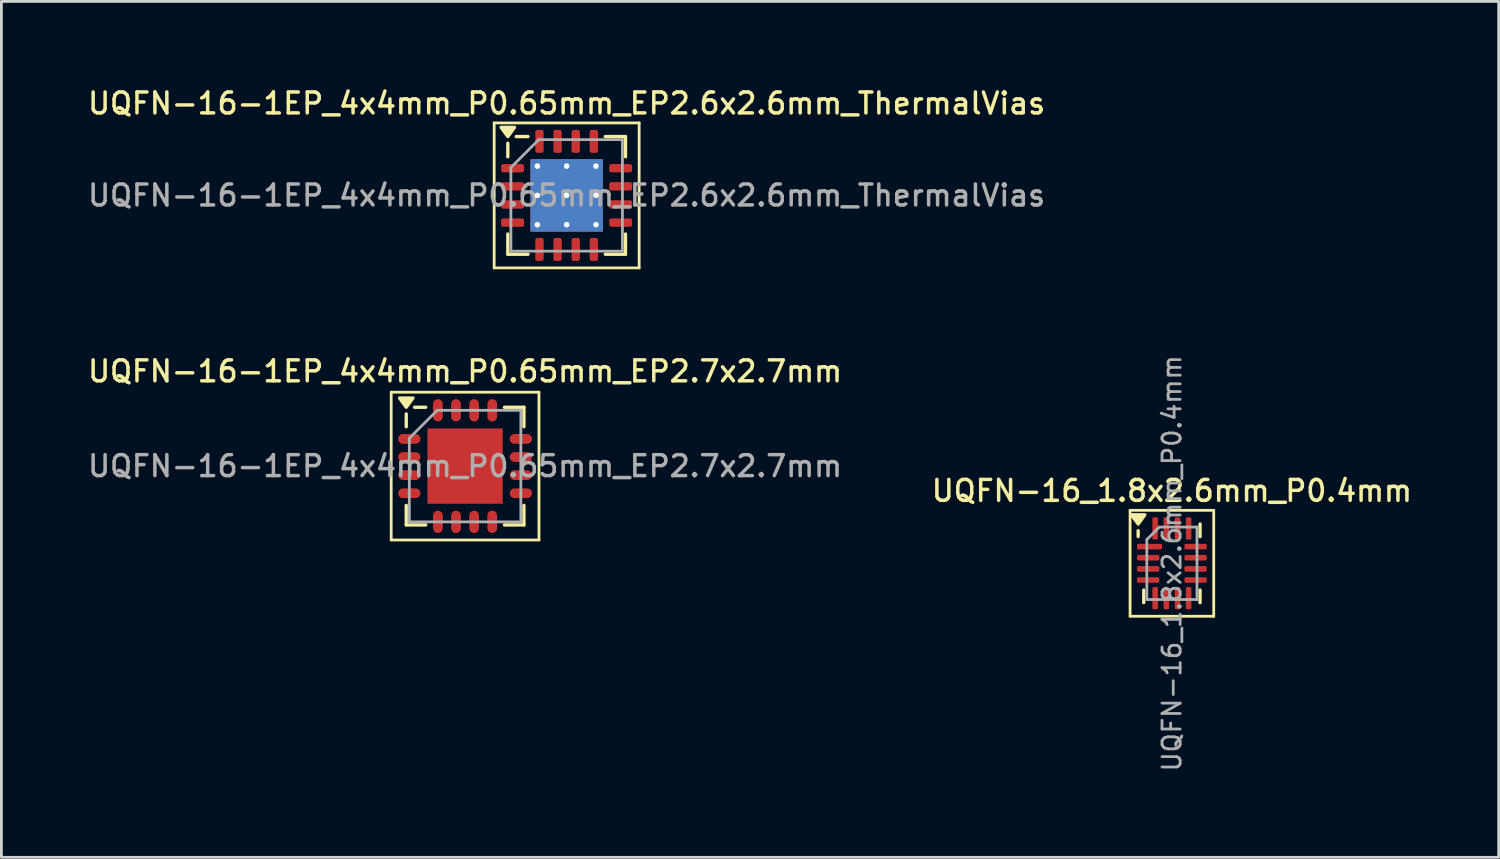
<source format=kicad_pcb>
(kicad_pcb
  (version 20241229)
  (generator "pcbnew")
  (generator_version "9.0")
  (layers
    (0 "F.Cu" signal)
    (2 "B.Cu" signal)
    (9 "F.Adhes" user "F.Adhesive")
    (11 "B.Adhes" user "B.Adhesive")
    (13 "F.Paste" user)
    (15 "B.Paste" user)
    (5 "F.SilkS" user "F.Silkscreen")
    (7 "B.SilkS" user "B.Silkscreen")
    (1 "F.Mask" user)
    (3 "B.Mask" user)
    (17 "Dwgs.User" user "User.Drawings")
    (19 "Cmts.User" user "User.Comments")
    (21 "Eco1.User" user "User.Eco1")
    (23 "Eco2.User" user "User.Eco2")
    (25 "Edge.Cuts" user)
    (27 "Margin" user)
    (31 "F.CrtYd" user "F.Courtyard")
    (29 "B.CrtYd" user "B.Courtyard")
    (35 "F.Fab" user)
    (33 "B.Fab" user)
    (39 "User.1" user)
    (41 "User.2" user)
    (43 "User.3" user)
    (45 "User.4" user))
  (footprint "UQFN-16-1EP_4x4mm_P0.65mm_EP2.6x2.6mm_ThermalVias"
    (layer "F.Cu")
    (at 17.273 3.958)
    (property "Reference" "UQFN-16-1EP_4x4mm_P0.65mm_EP2.6x2.6mm_ThermalVias" (at 0 -3.3 0) (layer "F.SilkS") (effects (font (size 0.75 0.75) (thickness 0.125))))
    (attr smd)
    (fp_line (start -2.6 -2.6) (end -2.6 2.6) (stroke (width 0.1) (type solid)) (layer "F.SilkS"))
    (fp_line (start -2.6 2.6) (end 2.6 2.6) (stroke (width 0.1) (type solid)) (layer "F.SilkS"))
    (fp_line (start -2.11 -1.385) (end -2.11 -1.87) (stroke (width 0.12) (type solid)) (layer "F.SilkS"))
    (fp_line (start -2.11 2.11) (end -2.11 1.385) (stroke (width 0.12) (type solid)) (layer "F.SilkS"))
    (fp_line (start -1.385 -2.11) (end -1.81 -2.11) (stroke (width 0.12) (type solid)) (layer "F.SilkS"))
    (fp_line (start -1.385 2.11) (end -2.11 2.11) (stroke (width 0.12) (type solid)) (layer "F.SilkS"))
    (fp_line (start 1.385 -2.11) (end 2.11 -2.11) (stroke (width 0.12) (type solid)) (layer "F.SilkS"))
    (fp_line (start 1.385 2.11) (end 2.11 2.11) (stroke (width 0.12) (type solid)) (layer "F.SilkS"))
    (fp_line (start 2.11 -2.11) (end 2.11 -1.385) (stroke (width 0.12) (type solid)) (layer "F.SilkS"))
    (fp_line (start 2.11 2.11) (end 2.11 1.385) (stroke (width 0.12) (type solid)) (layer "F.SilkS"))
    (fp_line (start 2.6 -2.6) (end -2.6 -2.6) (stroke (width 0.1) (type solid)) (layer "F.SilkS"))
    (fp_line (start 2.6 2.6) (end 2.6 -2.6) (stroke (width 0.1) (type solid)) (layer "F.SilkS"))
    (fp_poly (pts (xy -2.11 -2.11) (xy -2.35 -2.44) (xy -1.87 -2.44) (xy -2.11 -2.11)) (stroke (width 0.12) (type solid)) (fill yes) (layer "F.SilkS"))
    (fp_line (start -2 -1) (end -1 -2) (stroke (width 0.1) (type solid)) (layer "F.Fab"))
    (fp_line (start -2 2) (end -2 -1) (stroke (width 0.1) (type solid)) (layer "F.Fab"))
    (fp_line (start -1 -2) (end 2 -2) (stroke (width 0.1) (type solid)) (layer "F.Fab"))
    (fp_line (start 2 -2) (end 2 2) (stroke (width 0.1) (type solid)) (layer "F.Fab"))
    (fp_line (start 2 2) (end -2 2) (stroke (width 0.1) (type solid)) (layer "F.Fab"))
    (fp_text user "${REFERENCE}" (at 0 0 0) (layer "F.Fab") (effects (font (size 0.75 0.75) (thickness 0.125))))
    (pad "" smd roundrect (at -0.65 -0.65) (size 1.13 1.13) (layers "F.Paste") (roundrect_rratio 0.221))
    (pad "" smd roundrect (at -0.65 0.65) (size 1.13 1.13) (layers "F.Paste") (roundrect_rratio 0.221))
    (pad "" smd roundrect (at 0.65 -0.65) (size 1.13 1.13) (layers "F.Paste") (roundrect_rratio 0.221))
    (pad "" smd roundrect (at 0.65 0.65) (size 1.13 1.13) (layers "F.Paste") (roundrect_rratio 0.221))
    (pad "1" smd roundrect (at -1.938 -0.975) (size 0.825 0.3) (layers "F.Cu" "F.Mask" "F.Paste") (roundrect_rratio 0.25))
    (pad "2" smd roundrect (at -1.938 -0.325) (size 0.825 0.3) (layers "F.Cu" "F.Mask" "F.Paste") (roundrect_rratio 0.25))
    (pad "3" smd roundrect (at -1.938 0.325) (size 0.825 0.3) (layers "F.Cu" "F.Mask" "F.Paste") (roundrect_rratio 0.25))
    (pad "4" smd roundrect (at -1.938 0.975) (size 0.825 0.3) (layers "F.Cu" "F.Mask" "F.Paste") (roundrect_rratio 0.25))
    (pad "5" smd roundrect (at -0.975 1.938) (size 0.3 0.825) (layers "F.Cu" "F.Mask" "F.Paste") (roundrect_rratio 0.25))
    (pad "6" smd roundrect (at -0.325 1.938) (size 0.3 0.825) (layers "F.Cu" "F.Mask" "F.Paste") (roundrect_rratio 0.25))
    (pad "7" smd roundrect (at 0.325 1.938) (size 0.3 0.825) (layers "F.Cu" "F.Mask" "F.Paste") (roundrect_rratio 0.25))
    (pad "8" smd roundrect (at 0.975 1.938) (size 0.3 0.825) (layers "F.Cu" "F.Mask" "F.Paste") (roundrect_rratio 0.25))
    (pad "9" smd roundrect (at 1.938 0.975) (size 0.825 0.3) (layers "F.Cu" "F.Mask" "F.Paste") (roundrect_rratio 0.25))
    (pad "10" smd roundrect (at 1.938 0.325) (size 0.825 0.3) (layers "F.Cu" "F.Mask" "F.Paste") (roundrect_rratio 0.25))
    (pad "11" smd roundrect (at 1.938 -0.325) (size 0.825 0.3) (layers "F.Cu" "F.Mask" "F.Paste") (roundrect_rratio 0.25))
    (pad "12" smd roundrect (at 1.938 -0.975) (size 0.825 0.3) (layers "F.Cu" "F.Mask" "F.Paste") (roundrect_rratio 0.25))
    (pad "13" smd roundrect (at 0.975 -1.938) (size 0.3 0.825) (layers "F.Cu" "F.Mask" "F.Paste") (roundrect_rratio 0.25))
    (pad "14" smd roundrect (at 0.325 -1.938) (size 0.3 0.825) (layers "F.Cu" "F.Mask" "F.Paste") (roundrect_rratio 0.25))
    (pad "15" smd roundrect (at -0.325 -1.938) (size 0.3 0.825) (layers "F.Cu" "F.Mask" "F.Paste") (roundrect_rratio 0.25))
    (pad "16" smd roundrect (at -0.975 -1.938) (size 0.3 0.825) (layers "F.Cu" "F.Mask" "F.Paste") (roundrect_rratio 0.25))
    (pad "17" thru_hole circle (at -1.05 -1.05) (size 0.5 0.5) (drill 0.2) (property pad_prop_heatsink) (layers "*.Cu"))
    (pad "17" thru_hole circle (at -1.05 0) (size 0.5 0.5) (drill 0.2) (property pad_prop_heatsink) (layers "*.Cu"))
    (pad "17" thru_hole circle (at -1.05 1.05) (size 0.5 0.5) (drill 0.2) (property pad_prop_heatsink) (layers "*.Cu"))
    (pad "17" thru_hole circle (at 0 -1.05) (size 0.5 0.5) (drill 0.2) (property pad_prop_heatsink) (layers "*.Cu"))
    (pad "17" thru_hole circle (at 0 0) (size 0.5 0.5) (drill 0.2) (property pad_prop_heatsink) (layers "*.Cu"))
    (pad "17" smd rect (at 0 0) (size 2.6 2.6) (property pad_prop_heatsink) (layers "F.Cu" "F.Mask"))
    (pad "17" smd rect (at 0 0) (size 2.6 2.6) (property pad_prop_heatsink) (layers "B.Cu"))
    (pad "17" thru_hole circle (at 0 1.05) (size 0.5 0.5) (drill 0.2) (property pad_prop_heatsink) (layers "*.Cu"))
    (pad "17" thru_hole circle (at 1.05 -1.05) (size 0.5 0.5) (drill 0.2) (property pad_prop_heatsink) (layers "*.Cu"))
    (pad "17" thru_hole circle (at 1.05 0) (size 0.5 0.5) (drill 0.2) (property pad_prop_heatsink) (layers "*.Cu"))
    (pad "17" thru_hole circle (at 1.05 1.05) (size 0.5 0.5) (drill 0.2) (property pad_prop_heatsink) (layers "*.Cu")))
  (footprint "UQFN-16-1EP_4x4mm_P0.65mm_EP2.7x2.7mm"
    (layer "F.Cu")
    (at 13.63 13.666)
    (property "Reference" "UQFN-16-1EP_4x4mm_P0.65mm_EP2.7x2.7mm" (at 0 -3.4 0) (layer "F.SilkS") (effects (font (size 0.75 0.75) (thickness 0.125))))
    (attr smd)
    (fp_line (start -2.65 -2.65) (end -2.65 2.65) (stroke (width 0.1) (type solid)) (layer "F.SilkS"))
    (fp_line (start -2.65 -2.65) (end 2.65 -2.65) (stroke (width 0.1) (type solid)) (layer "F.SilkS"))
    (fp_line (start -2.65 2.65) (end 2.65 2.65) (stroke (width 0.1) (type solid)) (layer "F.SilkS"))
    (fp_line (start -2.11 -1.41) (end -2.11 -1.87) (stroke (width 0.12) (type solid)) (layer "F.SilkS"))
    (fp_line (start -2.11 2.11) (end -2.11 1.41) (stroke (width 0.12) (type solid)) (layer "F.SilkS"))
    (fp_line (start -1.41 -2.11) (end -1.81 -2.11) (stroke (width 0.12) (type solid)) (layer "F.SilkS"))
    (fp_line (start -1.41 2.11) (end -2.11 2.11) (stroke (width 0.12) (type solid)) (layer "F.SilkS"))
    (fp_line (start 1.41 -2.11) (end 2.11 -2.11) (stroke (width 0.12) (type solid)) (layer "F.SilkS"))
    (fp_line (start 1.41 2.11) (end 2.11 2.11) (stroke (width 0.12) (type solid)) (layer "F.SilkS"))
    (fp_line (start 2.11 -2.11) (end 2.11 -1.41) (stroke (width 0.12) (type solid)) (layer "F.SilkS"))
    (fp_line (start 2.11 2.11) (end 2.11 1.41) (stroke (width 0.12) (type solid)) (layer "F.SilkS"))
    (fp_line (start 2.65 -2.65) (end 2.65 2.65) (stroke (width 0.1) (type solid)) (layer "F.SilkS"))
    (fp_poly (pts (xy -2.11 -2.11) (xy -2.35 -2.44) (xy -1.87 -2.44) (xy -2.11 -2.11)) (stroke (width 0.12) (type solid)) (fill yes) (layer "F.SilkS"))
    (fp_line (start -2 -1) (end -1 -2) (stroke (width 0.1) (type solid)) (layer "F.Fab"))
    (fp_line (start -2 2) (end -2 -1) (stroke (width 0.1) (type solid)) (layer "F.Fab"))
    (fp_line (start -1 -2) (end 2 -2) (stroke (width 0.1) (type solid)) (layer "F.Fab"))
    (fp_line (start 2 -2) (end 2 2) (stroke (width 0.1) (type solid)) (layer "F.Fab"))
    (fp_line (start 2 2) (end -2 2) (stroke (width 0.1) (type solid)) (layer "F.Fab"))
    (fp_text user "${REFERENCE}" (at 0 0 0) (layer "F.Fab") (effects (font (size 0.75 0.75) (thickness 0.125))))
    (pad "" smd rect (at -0.675 -0.675) (size 1.09 1.09) (layers "F.Paste"))
    (pad "" smd rect (at -0.675 0.675) (size 1.09 1.09) (layers "F.Paste"))
    (pad "" smd rect (at 0.675 -0.675) (size 1.09 1.09) (layers "F.Paste"))
    (pad "" smd rect (at 0.675 0.675) (size 1.09 1.09) (layers "F.Paste"))
    (pad "1" smd oval (at -2 -0.975) (size 0.8 0.35) (layers "F.Cu" "F.Mask" "F.Paste"))
    (pad "2" smd oval (at -2 -0.325) (size 0.8 0.35) (layers "F.Cu" "F.Mask" "F.Paste"))
    (pad "3" smd oval (at -2 0.325) (size 0.8 0.35) (layers "F.Cu" "F.Mask" "F.Paste"))
    (pad "4" smd oval (at -2 0.975) (size 0.8 0.35) (layers "F.Cu" "F.Mask" "F.Paste"))
    (pad "5" smd oval (at -0.975 2 90) (size 0.8 0.35) (layers "F.Cu" "F.Mask" "F.Paste"))
    (pad "6" smd oval (at -0.325 2 90) (size 0.8 0.35) (layers "F.Cu" "F.Mask" "F.Paste"))
    (pad "7" smd oval (at 0.325 2 90) (size 0.8 0.35) (layers "F.Cu" "F.Mask" "F.Paste"))
    (pad "8" smd oval (at 0.975 2 90) (size 0.8 0.35) (layers "F.Cu" "F.Mask" "F.Paste"))
    (pad "9" smd oval (at 2 0.975) (size 0.8 0.35) (layers "F.Cu" "F.Mask" "F.Paste"))
    (pad "10" smd oval (at 2 0.325) (size 0.8 0.35) (layers "F.Cu" "F.Mask" "F.Paste"))
    (pad "11" smd oval (at 2 -0.325) (size 0.8 0.35) (layers "F.Cu" "F.Mask" "F.Paste"))
    (pad "12" smd oval (at 2 -0.975) (size 0.8 0.35) (layers "F.Cu" "F.Mask" "F.Paste"))
    (pad "13" smd oval (at 0.975 -2 90) (size 0.8 0.35) (layers "F.Cu" "F.Mask" "F.Paste"))
    (pad "14" smd oval (at 0.325 -2 90) (size 0.8 0.35) (layers "F.Cu" "F.Mask" "F.Paste"))
    (pad "15" smd oval (at -0.325 -2 90) (size 0.8 0.35) (layers "F.Cu" "F.Mask" "F.Paste"))
    (pad "16" smd oval (at -0.975 -2 90) (size 0.8 0.35) (layers "F.Cu" "F.Mask" "F.Paste"))
    (pad "17" smd rect (at 0 0) (size 2.7 2.7) (layers "F.Cu" "F.Mask")))
  (footprint "UQFN-16_1.8x2.6mm_P0.4mm"
    (layer "F.Cu")
    (at 38.98 17.153)
    (property "Reference" "UQFN-16_1.8x2.6mm_P0.4mm" (at 0 -2.6 0) (layer "F.SilkS") (effects (font (size 0.75 0.75) (thickness 0.125))))
    (attr smd)
    (fp_line (start -1.5 -1.9) (end -1.5 1.9) (stroke (width 0.1) (type solid)) (layer "F.SilkS"))
    (fp_line (start -1.5 1.9) (end 1.5 1.9) (stroke (width 0.1) (type solid)) (layer "F.SilkS"))
    (fp_line (start -1.21 -0.96) (end -1.21 -1.17) (stroke (width 0.12) (type solid)) (layer "F.SilkS"))
    (fp_line (start -1.01 1.41) (end -1.01 0.96) (stroke (width 0.12) (type solid)) (layer "F.SilkS"))
    (fp_line (start 1.01 -1.41) (end 1.01 -0.96) (stroke (width 0.12) (type solid)) (layer "F.SilkS"))
    (fp_line (start 1.01 1.41) (end 1.01 0.96) (stroke (width 0.12) (type solid)) (layer "F.SilkS"))
    (fp_line (start 1.5 -1.9) (end -1.5 -1.9) (stroke (width 0.1) (type solid)) (layer "F.SilkS"))
    (fp_line (start 1.5 1.9) (end 1.5 -1.9) (stroke (width 0.1) (type solid)) (layer "F.SilkS"))
    (fp_poly (pts (xy -1.21 -1.41) (xy -1.45 -1.74) (xy -0.97 -1.74) (xy -1.21 -1.41)) (stroke (width 0.12) (type solid)) (fill yes) (layer "F.SilkS"))
    (fp_line (start -0.9 -0.85) (end -0.45 -1.3) (stroke (width 0.1) (type solid)) (layer "F.Fab"))
    (fp_line (start -0.9 1.3) (end -0.9 -0.85) (stroke (width 0.1) (type solid)) (layer "F.Fab"))
    (fp_line (start -0.45 -1.3) (end 0.9 -1.3) (stroke (width 0.1) (type solid)) (layer "F.Fab"))
    (fp_line (start 0.9 -1.3) (end 0.9 1.3) (stroke (width 0.1) (type solid)) (layer "F.Fab"))
    (fp_line (start 0.9 1.3) (end -0.9 1.3) (stroke (width 0.1) (type solid)) (layer "F.Fab"))
    (fp_text user "${REFERENCE}" (at 0 0 90) (layer "F.Fab") (effects (font (size 0.65 0.65) (thickness 0.1))))
    (pad "1" smd roundrect (at -0.8 -0.6) (size 0.9 0.2) (layers "F.Cu" "F.Mask" "F.Paste") (roundrect_rratio 0.25))
    (pad "2" smd roundrect (at -0.85 -0.2) (size 0.8 0.2) (layers "F.Cu" "F.Mask" "F.Paste") (roundrect_rratio 0.25))
    (pad "3" smd roundrect (at -0.85 0.2) (size 0.8 0.2) (layers "F.Cu" "F.Mask" "F.Paste") (roundrect_rratio 0.25))
    (pad "4" smd roundrect (at -0.85 0.6) (size 0.8 0.2) (layers "F.Cu" "F.Mask" "F.Paste") (roundrect_rratio 0.25))
    (pad "5" smd roundrect (at -0.6 1.25) (size 0.2 0.8) (layers "F.Cu" "F.Mask" "F.Paste") (roundrect_rratio 0.25))
    (pad "6" smd roundrect (at -0.2 1.25) (size 0.2 0.8) (layers "F.Cu" "F.Mask" "F.Paste") (roundrect_rratio 0.25))
    (pad "7" smd roundrect (at 0.2 1.25) (size 0.2 0.8) (layers "F.Cu" "F.Mask" "F.Paste") (roundrect_rratio 0.25))
    (pad "8" smd roundrect (at 0.6 1.25) (size 0.2 0.8) (layers "F.Cu" "F.Mask" "F.Paste") (roundrect_rratio 0.25))
    (pad "9" smd roundrect (at 0.85 0.6) (size 0.8 0.2) (layers "F.Cu" "F.Mask" "F.Paste") (roundrect_rratio 0.25))
    (pad "10" smd roundrect (at 0.85 0.2) (size 0.8 0.2) (layers "F.Cu" "F.Mask" "F.Paste") (roundrect_rratio 0.25))
    (pad "11" smd roundrect (at 0.85 -0.2) (size 0.8 0.2) (layers "F.Cu" "F.Mask" "F.Paste") (roundrect_rratio 0.25))
    (pad "12" smd roundrect (at 0.85 -0.6) (size 0.8 0.2) (layers "F.Cu" "F.Mask" "F.Paste") (roundrect_rratio 0.25))
    (pad "13" smd roundrect (at 0.6 -1.25) (size 0.2 0.8) (layers "F.Cu" "F.Mask" "F.Paste") (roundrect_rratio 0.25))
    (pad "14" smd roundrect (at 0.2 -1.25) (size 0.2 0.8) (layers "F.Cu" "F.Mask" "F.Paste") (roundrect_rratio 0.25))
    (pad "15" smd roundrect (at -0.2 -1.25) (size 0.2 0.8) (layers "F.Cu" "F.Mask" "F.Paste") (roundrect_rratio 0.25))
    (pad "16" smd roundrect (at -0.6 -1.25) (size 0.2 0.8) (layers "F.Cu" "F.Mask" "F.Paste") (roundrect_rratio 0.25)))
  (gr_rect
    (start -3 -3)
    (end 50.7 27.697)
    (stroke (width 0.1) (type default))
    (fill no)
    (layer "Edge.Cuts")))
</source>
